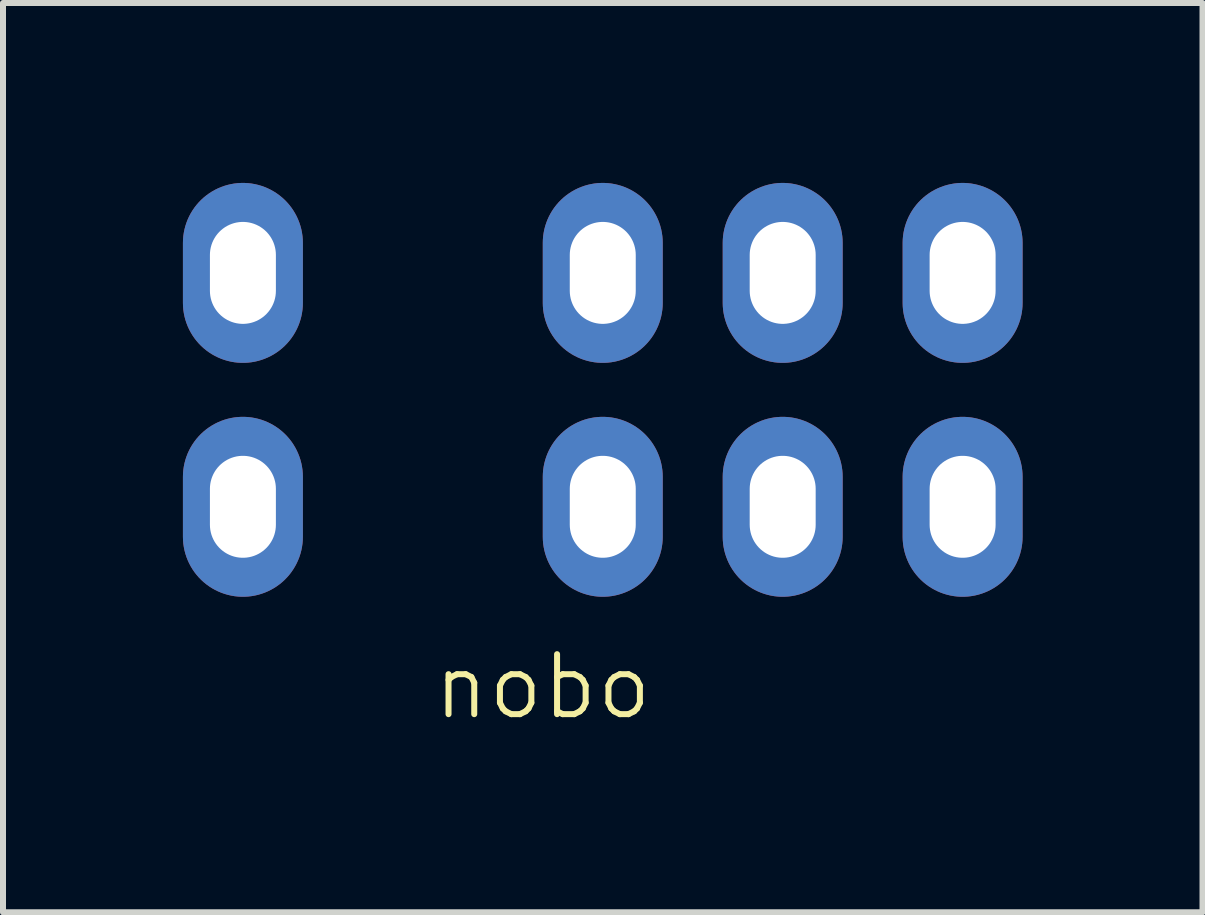
<source format=kicad_pcb>
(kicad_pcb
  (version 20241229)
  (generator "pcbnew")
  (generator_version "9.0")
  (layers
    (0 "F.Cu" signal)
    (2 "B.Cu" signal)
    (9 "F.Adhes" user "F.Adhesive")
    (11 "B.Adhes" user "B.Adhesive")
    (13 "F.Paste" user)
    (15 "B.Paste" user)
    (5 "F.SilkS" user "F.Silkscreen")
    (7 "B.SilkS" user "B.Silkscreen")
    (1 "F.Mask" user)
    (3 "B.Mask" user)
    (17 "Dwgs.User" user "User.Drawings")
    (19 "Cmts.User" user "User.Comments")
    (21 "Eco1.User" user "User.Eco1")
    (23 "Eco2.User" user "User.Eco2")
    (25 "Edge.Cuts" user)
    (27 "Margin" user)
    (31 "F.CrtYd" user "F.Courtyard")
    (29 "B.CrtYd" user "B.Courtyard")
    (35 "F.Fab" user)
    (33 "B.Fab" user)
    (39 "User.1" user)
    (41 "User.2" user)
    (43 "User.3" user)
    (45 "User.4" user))
  (footprint "nobo"
    (layer "F.Cu")
    (at 1 5.4)
    (property "Reference" "nobo" (at 5 3 0) (unlocked yes) (layer "F.SilkS") (effects (font (size 1 1) (thickness 0.1))))
    (attr through_hole)
    (pad "1" thru_hole oval (at 0 -3.9) (size 2 3) (drill oval 1.1 1.7) (layers "*.Cu" "*.Mask"))
    (pad "1" thru_hole oval (at 0 0) (size 2 3) (drill oval 1.1 1.7) (layers "*.Cu" "*.Mask"))
    (pad "2" thru_hole oval (at 6 -3.9) (size 2 3) (drill oval 1.1 1.7) (layers "*.Cu" "*.Mask"))
    (pad "2" thru_hole oval (at 6 0) (size 2 3) (drill oval 1.1 1.7) (layers "*.Cu" "*.Mask"))
    (pad "3" thru_hole oval (at 9 -3.9) (size 2 3) (drill oval 1.1 1.7) (layers "*.Cu" "*.Mask"))
    (pad "3" thru_hole oval (at 9 0) (size 2 3) (drill oval 1.1 1.7) (layers "*.Cu" "*.Mask"))
    (pad "4" thru_hole oval (at 12 -3.9) (size 2 3) (drill oval 1.1 1.7) (layers "*.Cu" "*.Mask"))
    (pad "4" thru_hole oval (at 12 0) (size 2 3) (drill oval 1.1 1.7) (layers "*.Cu" "*.Mask")))
  (gr_rect
    (start -3 -3)
    (end 17 12.161)
    (stroke (width 0.1) (type default))
    (fill no)
    (layer "Edge.Cuts")))
</source>
